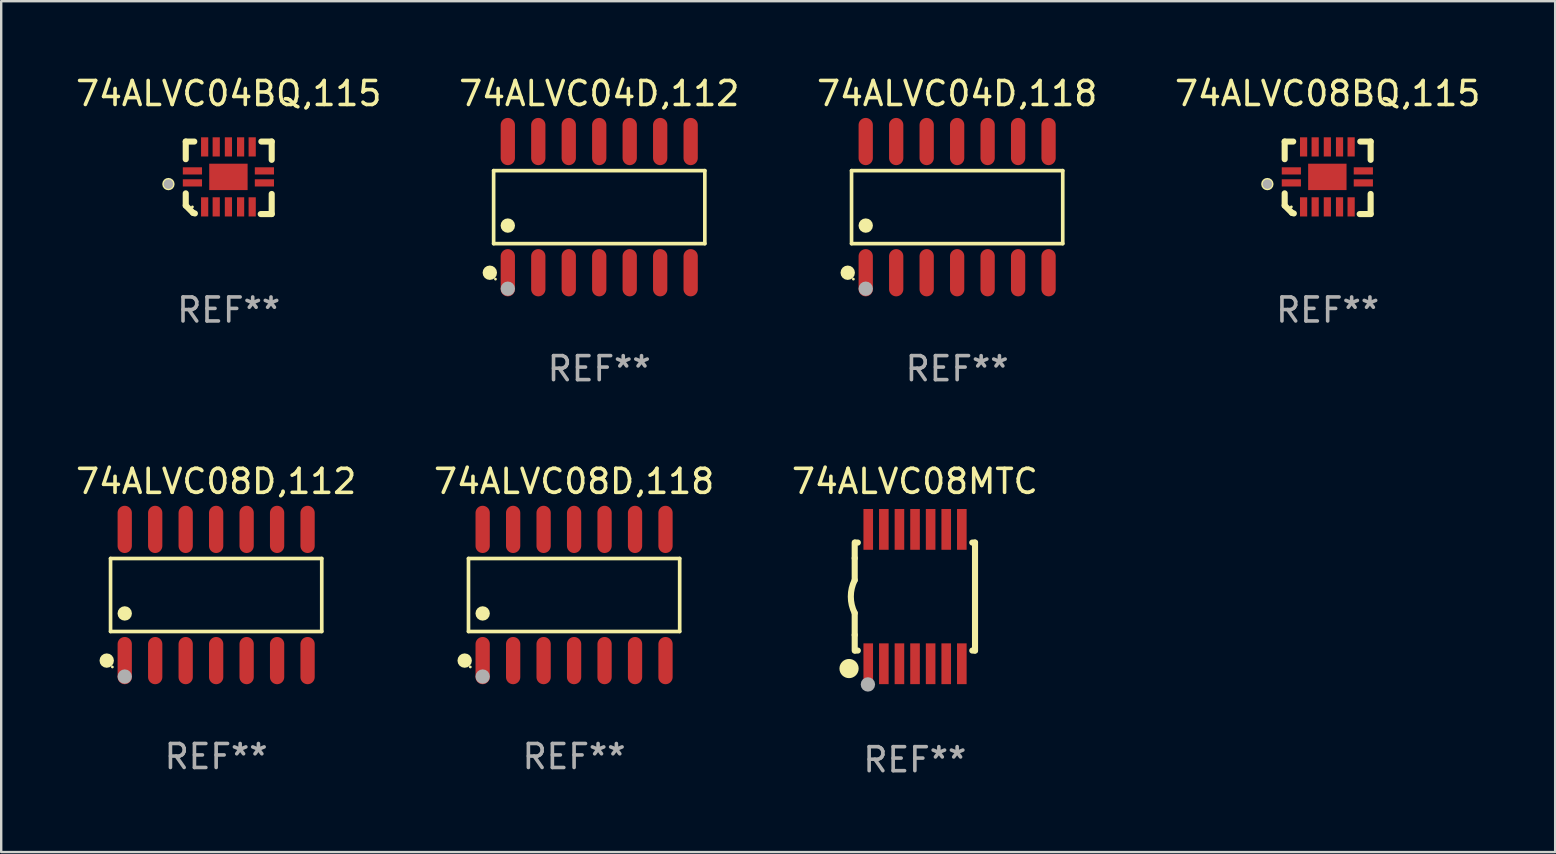
<source format=kicad_pcb>
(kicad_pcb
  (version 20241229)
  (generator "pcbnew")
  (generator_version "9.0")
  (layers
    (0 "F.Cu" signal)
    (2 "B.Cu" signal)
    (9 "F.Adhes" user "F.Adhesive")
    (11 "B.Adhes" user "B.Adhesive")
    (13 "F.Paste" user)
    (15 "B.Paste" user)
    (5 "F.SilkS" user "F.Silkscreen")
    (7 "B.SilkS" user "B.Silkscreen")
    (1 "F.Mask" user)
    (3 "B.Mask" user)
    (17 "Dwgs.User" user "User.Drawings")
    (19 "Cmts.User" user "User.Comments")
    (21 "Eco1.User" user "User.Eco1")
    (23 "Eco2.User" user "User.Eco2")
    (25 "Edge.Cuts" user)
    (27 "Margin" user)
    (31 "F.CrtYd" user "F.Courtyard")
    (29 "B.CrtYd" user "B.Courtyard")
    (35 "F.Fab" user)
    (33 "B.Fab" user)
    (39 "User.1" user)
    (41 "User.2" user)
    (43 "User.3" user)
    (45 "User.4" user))
  (footprint "74ALVC04BQ,115"
    (layer "F.Cu")
    (at 6.482 4.36)
    (property "Reference" "74ALVC04BQ,115" (at 0 -3.511 0) (layer "F.SilkS") (effects (font (size 1 1) (thickness 0.15))))
    (attr through_hole)
    (fp_line (start -1.791 -1.511) (end -1.435 -1.511) (stroke (width 0.254) (type solid)) (layer "F.SilkS"))
    (fp_line (start -1.791 -0.775) (end -1.791 -1.511) (stroke (width 0.254) (type solid)) (layer "F.SilkS"))
    (fp_line (start -1.791 1.156) (end -1.791 0.648) (stroke (width 0.254) (type solid)) (layer "F.SilkS"))
    (fp_line (start -1.486 1.461) (end -1.791 1.156) (stroke (width 0.254) (type solid)) (layer "F.SilkS"))
    (fp_line (start -1.41 1.486) (end -1.486 1.461) (stroke (width 0.254) (type solid)) (layer "F.SilkS"))
    (fp_line (start 1.334 1.511) (end 1.791 1.511) (stroke (width 0.254) (type solid)) (layer "F.SilkS"))
    (fp_line (start 1.791 -1.511) (end 1.359 -1.511) (stroke (width 0.254) (type solid)) (layer "F.SilkS"))
    (fp_line (start 1.791 -0.749) (end 1.791 -1.511) (stroke (width 0.254) (type solid)) (layer "F.SilkS"))
    (fp_line (start 1.791 1.511) (end 1.791 0.673) (stroke (width 0.254) (type solid)) (layer "F.SilkS"))
    (fp_circle (center -2.513 0.262) (end -2.383 0.262) (stroke (width 0.254) (type solid)) (fill no) (layer "F.SilkS"))
    (fp_circle (center -1.513 1.212) (end -1.483 1.212) (stroke (width 0.06) (type solid)) (fill no) (layer "F.SilkS"))
    (fp_circle (center -2.513 0.262) (end -2.413 0.262) (stroke (width 0.2) (type solid)) (fill no) (layer "F.Fab"))
    (fp_text user "REF**" (at 0 5.511 0) (layer "F.Fab") (effects (font (size 1 1) (thickness 0.15))))
    (pad "1" smd rect (at -1.513 0.212) (size 0.8 0.3) (layers "F.Cu" "F.Mask" "F.Paste"))
    (pad "2" smd rect (at -1.003 1.212) (size 0.3 0.8) (layers "F.Cu" "F.Mask" "F.Paste"))
    (pad "3" smd rect (at -0.521 1.212) (size 0.3 0.8) (layers "F.Cu" "F.Mask" "F.Paste"))
    (pad "4" smd rect (at -0.013 1.212) (size 0.3 0.8) (layers "F.Cu" "F.Mask" "F.Paste"))
    (pad "5" smd rect (at 0.495 1.212) (size 0.3 0.8) (layers "F.Cu" "F.Mask" "F.Paste"))
    (pad "6" smd rect (at 0.978 1.212) (size 0.3 0.8) (layers "F.Cu" "F.Mask" "F.Paste"))
    (pad "7" smd rect (at 1.487 0.212) (size 0.8 0.3) (layers "F.Cu" "F.Mask" "F.Paste"))
    (pad "8" smd rect (at 1.487 -0.288) (size 0.8 0.3) (layers "F.Cu" "F.Mask" "F.Paste"))
    (pad "9" smd rect (at 0.978 -1.288) (size 0.3 0.8) (layers "F.Cu" "F.Mask" "F.Paste"))
    (pad "10" smd rect (at 0.495 -1.288) (size 0.3 0.8) (layers "F.Cu" "F.Mask" "F.Paste"))
    (pad "11" smd rect (at -0.013 -1.288) (size 0.3 0.8) (layers "F.Cu" "F.Mask" "F.Paste"))
    (pad "12" smd rect (at -0.521 -1.288) (size 0.3 0.8) (layers "F.Cu" "F.Mask" "F.Paste"))
    (pad "13" smd rect (at -1.003 -1.288) (size 0.3 0.8) (layers "F.Cu" "F.Mask" "F.Paste"))
    (pad "14" smd rect (at -1.513 -0.288) (size 0.8 0.3) (layers "F.Cu" "F.Mask" "F.Paste"))
    (pad "15" smd rect (at -0.013 -0.038 90) (size 1.1 1.6) (layers "F.Cu" "F.Mask" "F.Paste")))
  (footprint "74ALVC08MTC"
    (layer "F.Cu")
    (at 35.077 21.812)
    (property "Reference" "74ALVC08MTC" (at 0 -4.8 0) (layer "F.SilkS") (effects (font (size 1 1) (thickness 0.15))))
    (attr through_hole)
    (fp_line (start -2.507 -1.6) (end -2.507 -2.25) (stroke (width 0.254) (type solid)) (layer "F.SilkS"))
    (fp_line (start -2.507 -0.686) (end -2.507 -1.6) (stroke (width 0.254) (type solid)) (layer "F.SilkS"))
    (fp_line (start -2.507 1.6) (end -2.507 0.686) (stroke (width 0.254) (type solid)) (layer "F.SilkS"))
    (fp_line (start -2.507 1.6) (end -2.507 2.25) (stroke (width 0.254) (type solid)) (layer "F.SilkS"))
    (fp_line (start -2.493 -2.25) (end -2.377 -2.25) (stroke (width 0.254) (type solid)) (layer "F.SilkS"))
    (fp_line (start -2.377 2.25) (end -2.493 2.25) (stroke (width 0.254) (type solid)) (layer "F.SilkS"))
    (fp_line (start 2.392 -2.25) (end 2.507 -2.25) (stroke (width 0.254) (type solid)) (layer "F.SilkS"))
    (fp_line (start 2.507 -2.25) (end 2.507 2.25) (stroke (width 0.254) (type solid)) (layer "F.SilkS"))
    (fp_line (start 2.507 2.25) (end 2.392 2.25) (stroke (width 0.254) (type solid)) (layer "F.SilkS"))
    (fp_arc (start -2.507303 0.685802) (mid -2.669199 0) (end -2.507303 -0.685801) (stroke (width 0.254001) (type solid)) (layer "F.SilkS"))
    (fp_circle (center -2.743 3) (end -2.543 3) (stroke (width 0.4) (type solid)) (fill no) (layer "F.SilkS"))
    (fp_circle (center -2.493 3.2) (end -2.463 3.2) (stroke (width 0.06) (type solid)) (fill no) (layer "F.SilkS"))
    (fp_circle (center -1.957 3.662) (end -1.807 3.662) (stroke (width 0.3) (type solid)) (fill no) (layer "F.Fab"))
    (fp_text user "REF**" (at 0 6.8 0) (layer "F.Fab") (effects (font (size 1 1) (thickness 0.15))))
    (pad "1" smd rect (at -1.943 2.8) (size 0.4 1.7) (layers "F.Cu" "F.Mask" "F.Paste"))
    (pad "2" smd rect (at -1.293 2.8) (size 0.4 1.7) (layers "F.Cu" "F.Mask" "F.Paste"))
    (pad "3" smd rect (at -0.643 2.8) (size 0.4 1.7) (layers "F.Cu" "F.Mask" "F.Paste"))
    (pad "4" smd rect (at 0.007 2.8) (size 0.4 1.7) (layers "F.Cu" "F.Mask" "F.Paste"))
    (pad "5" smd rect (at 0.657 2.8) (size 0.4 1.7) (layers "F.Cu" "F.Mask" "F.Paste"))
    (pad "6" smd rect (at 1.307 2.8) (size 0.4 1.7) (layers "F.Cu" "F.Mask" "F.Paste"))
    (pad "7" smd rect (at 1.957 2.8) (size 0.4 1.7) (layers "F.Cu" "F.Mask" "F.Paste"))
    (pad "8" smd rect (at 1.957 -2.8) (size 0.4 1.7) (layers "F.Cu" "F.Mask" "F.Paste"))
    (pad "9" smd rect (at 1.307 -2.8) (size 0.4 1.7) (layers "F.Cu" "F.Mask" "F.Paste"))
    (pad "10" smd rect (at 0.657 -2.8) (size 0.4 1.7) (layers "F.Cu" "F.Mask" "F.Paste"))
    (pad "11" smd rect (at 0.007 -2.8) (size 0.4 1.7) (layers "F.Cu" "F.Mask" "F.Paste"))
    (pad "12" smd rect (at -0.643 -2.8) (size 0.4 1.7) (layers "F.Cu" "F.Mask" "F.Paste"))
    (pad "13" smd rect (at -1.293 -2.8) (size 0.4 1.7) (layers "F.Cu" "F.Mask" "F.Paste"))
    (pad "14" smd rect (at -1.943 -2.8) (size 0.4 1.7) (layers "F.Cu" "F.Mask" "F.Paste")))
  (footprint "74ALVC04D,118"
    (layer "F.Cu")
    (at 36.839 5.582)
    (property "Reference" "74ALVC04D,118" (at 0 -4.734 0) (layer "F.SilkS") (effects (font (size 1 1) (thickness 0.15))))
    (attr through_hole)
    (fp_line (start -4.401 -1.521) (end 4.401 -1.521) (stroke (width 0.152) (type solid)) (layer "F.SilkS"))
    (fp_line (start -4.401 1.521) (end -4.401 -1.521) (stroke (width 0.152) (type solid)) (layer "F.SilkS"))
    (fp_line (start 4.401 -1.521) (end 4.401 1.521) (stroke (width 0.152) (type solid)) (layer "F.SilkS"))
    (fp_line (start 4.401 1.521) (end -4.401 1.521) (stroke (width 0.152) (type solid)) (layer "F.SilkS"))
    (fp_circle (center -4.56 2.734) (end -4.41 2.734) (stroke (width 0.3) (type solid)) (fill no) (layer "F.SilkS"))
    (fp_circle (center -4.325 3) (end -4.295 3) (stroke (width 0.06) (type solid)) (fill no) (layer "F.SilkS"))
    (fp_circle (center -3.81 0.769) (end -3.66 0.769) (stroke (width 0.3) (type solid)) (fill no) (layer "F.SilkS"))
    (fp_circle (center -3.81 3.4) (end -3.66 3.4) (stroke (width 0.3) (type solid)) (fill no) (layer "F.Fab"))
    (fp_text user "REF**" (at 0 6.734 0) (layer "F.Fab") (effects (font (size 1 1) (thickness 0.15))))
    (pad "1" smd oval (at -3.81 2.734) (size 0.595 1.968) (layers "F.Cu" "F.Mask" "F.Paste"))
    (pad "2" smd oval (at -2.54 2.734) (size 0.595 1.968) (layers "F.Cu" "F.Mask" "F.Paste"))
    (pad "3" smd oval (at -1.27 2.734) (size 0.595 1.968) (layers "F.Cu" "F.Mask" "F.Paste"))
    (pad "4" smd oval (at 0 2.734) (size 0.595 1.968) (layers "F.Cu" "F.Mask" "F.Paste"))
    (pad "5" smd oval (at 1.27 2.734) (size 0.595 1.968) (layers "F.Cu" "F.Mask" "F.Paste"))
    (pad "6" smd oval (at 2.54 2.734) (size 0.595 1.968) (layers "F.Cu" "F.Mask" "F.Paste"))
    (pad "7" smd oval (at 3.81 2.734) (size 0.595 1.968) (layers "F.Cu" "F.Mask" "F.Paste"))
    (pad "8" smd oval (at 3.81 -2.734) (size 0.595 1.968) (layers "F.Cu" "F.Mask" "F.Paste"))
    (pad "9" smd oval (at 2.54 -2.734) (size 0.595 1.968) (layers "F.Cu" "F.Mask" "F.Paste"))
    (pad "10" smd oval (at 1.27 -2.734) (size 0.595 1.968) (layers "F.Cu" "F.Mask" "F.Paste"))
    (pad "11" smd oval (at 0 -2.734) (size 0.595 1.968) (layers "F.Cu" "F.Mask" "F.Paste"))
    (pad "12" smd oval (at -1.27 -2.734) (size 0.595 1.968) (layers "F.Cu" "F.Mask" "F.Paste"))
    (pad "13" smd oval (at -2.54 -2.734) (size 0.595 1.968) (layers "F.Cu" "F.Mask" "F.Paste"))
    (pad "14" smd oval (at -3.81 -2.734) (size 0.595 1.968) (layers "F.Cu" "F.Mask" "F.Paste")))
  (footprint "74ALVC04D,112"
    (layer "F.Cu")
    (at 21.923 5.582)
    (property "Reference" "74ALVC04D,112" (at 0 -4.734 0) (layer "F.SilkS") (effects (font (size 1 1) (thickness 0.15))))
    (attr through_hole)
    (fp_line (start -4.401 -1.521) (end 4.401 -1.521) (stroke (width 0.152) (type solid)) (layer "F.SilkS"))
    (fp_line (start -4.401 1.521) (end -4.401 -1.521) (stroke (width 0.152) (type solid)) (layer "F.SilkS"))
    (fp_line (start 4.401 -1.521) (end 4.401 1.521) (stroke (width 0.152) (type solid)) (layer "F.SilkS"))
    (fp_line (start 4.401 1.521) (end -4.401 1.521) (stroke (width 0.152) (type solid)) (layer "F.SilkS"))
    (fp_circle (center -4.56 2.734) (end -4.41 2.734) (stroke (width 0.3) (type solid)) (fill no) (layer "F.SilkS"))
    (fp_circle (center -4.325 3) (end -4.295 3) (stroke (width 0.06) (type solid)) (fill no) (layer "F.SilkS"))
    (fp_circle (center -3.81 0.769) (end -3.66 0.769) (stroke (width 0.3) (type solid)) (fill no) (layer "F.SilkS"))
    (fp_circle (center -3.81 3.4) (end -3.66 3.4) (stroke (width 0.3) (type solid)) (fill no) (layer "F.Fab"))
    (fp_text user "REF**" (at 0 6.734 0) (layer "F.Fab") (effects (font (size 1 1) (thickness 0.15))))
    (pad "1" smd oval (at -3.81 2.734) (size 0.595 1.968) (layers "F.Cu" "F.Mask" "F.Paste"))
    (pad "2" smd oval (at -2.54 2.734) (size 0.595 1.968) (layers "F.Cu" "F.Mask" "F.Paste"))
    (pad "3" smd oval (at -1.27 2.734) (size 0.595 1.968) (layers "F.Cu" "F.Mask" "F.Paste"))
    (pad "4" smd oval (at 0 2.734) (size 0.595 1.968) (layers "F.Cu" "F.Mask" "F.Paste"))
    (pad "5" smd oval (at 1.27 2.734) (size 0.595 1.968) (layers "F.Cu" "F.Mask" "F.Paste"))
    (pad "6" smd oval (at 2.54 2.734) (size 0.595 1.968) (layers "F.Cu" "F.Mask" "F.Paste"))
    (pad "7" smd oval (at 3.81 2.734) (size 0.595 1.968) (layers "F.Cu" "F.Mask" "F.Paste"))
    (pad "8" smd oval (at 3.81 -2.734) (size 0.595 1.968) (layers "F.Cu" "F.Mask" "F.Paste"))
    (pad "9" smd oval (at 2.54 -2.734) (size 0.595 1.968) (layers "F.Cu" "F.Mask" "F.Paste"))
    (pad "10" smd oval (at 1.27 -2.734) (size 0.595 1.968) (layers "F.Cu" "F.Mask" "F.Paste"))
    (pad "11" smd oval (at 0 -2.734) (size 0.595 1.968) (layers "F.Cu" "F.Mask" "F.Paste"))
    (pad "12" smd oval (at -1.27 -2.734) (size 0.595 1.968) (layers "F.Cu" "F.Mask" "F.Paste"))
    (pad "13" smd oval (at -2.54 -2.734) (size 0.595 1.968) (layers "F.Cu" "F.Mask" "F.Paste"))
    (pad "14" smd oval (at -3.81 -2.734) (size 0.595 1.968) (layers "F.Cu" "F.Mask" "F.Paste")))
  (footprint "74ALVC08BQ,115"
    (layer "F.Cu")
    (at 52.28 4.36)
    (property "Reference" "74ALVC08BQ,115" (at 0 -3.511 0) (layer "F.SilkS") (effects (font (size 1 1) (thickness 0.15))))
    (attr through_hole)
    (fp_line (start -1.791 -1.511) (end -1.435 -1.511) (stroke (width 0.254) (type solid)) (layer "F.SilkS"))
    (fp_line (start -1.791 -0.775) (end -1.791 -1.511) (stroke (width 0.254) (type solid)) (layer "F.SilkS"))
    (fp_line (start -1.791 1.156) (end -1.791 0.648) (stroke (width 0.254) (type solid)) (layer "F.SilkS"))
    (fp_line (start -1.486 1.461) (end -1.791 1.156) (stroke (width 0.254) (type solid)) (layer "F.SilkS"))
    (fp_line (start -1.41 1.486) (end -1.486 1.461) (stroke (width 0.254) (type solid)) (layer "F.SilkS"))
    (fp_line (start 1.334 1.511) (end 1.791 1.511) (stroke (width 0.254) (type solid)) (layer "F.SilkS"))
    (fp_line (start 1.791 -1.511) (end 1.359 -1.511) (stroke (width 0.254) (type solid)) (layer "F.SilkS"))
    (fp_line (start 1.791 -0.749) (end 1.791 -1.511) (stroke (width 0.254) (type solid)) (layer "F.SilkS"))
    (fp_line (start 1.791 1.511) (end 1.791 0.673) (stroke (width 0.254) (type solid)) (layer "F.SilkS"))
    (fp_circle (center -2.513 0.262) (end -2.383 0.262) (stroke (width 0.254) (type solid)) (fill no) (layer "F.SilkS"))
    (fp_circle (center -1.513 1.212) (end -1.483 1.212) (stroke (width 0.06) (type solid)) (fill no) (layer "F.SilkS"))
    (fp_circle (center -2.513 0.262) (end -2.413 0.262) (stroke (width 0.2) (type solid)) (fill no) (layer "F.Fab"))
    (fp_text user "REF**" (at 0 5.511 0) (layer "F.Fab") (effects (font (size 1 1) (thickness 0.15))))
    (pad "1" smd rect (at -1.513 0.212) (size 0.8 0.3) (layers "F.Cu" "F.Mask" "F.Paste"))
    (pad "2" smd rect (at -1.003 1.212) (size 0.3 0.8) (layers "F.Cu" "F.Mask" "F.Paste"))
    (pad "3" smd rect (at -0.521 1.212) (size 0.3 0.8) (layers "F.Cu" "F.Mask" "F.Paste"))
    (pad "4" smd rect (at -0.013 1.212) (size 0.3 0.8) (layers "F.Cu" "F.Mask" "F.Paste"))
    (pad "5" smd rect (at 0.495 1.212) (size 0.3 0.8) (layers "F.Cu" "F.Mask" "F.Paste"))
    (pad "6" smd rect (at 0.978 1.212) (size 0.3 0.8) (layers "F.Cu" "F.Mask" "F.Paste"))
    (pad "7" smd rect (at 1.487 0.212) (size 0.8 0.3) (layers "F.Cu" "F.Mask" "F.Paste"))
    (pad "8" smd rect (at 1.487 -0.288) (size 0.8 0.3) (layers "F.Cu" "F.Mask" "F.Paste"))
    (pad "9" smd rect (at 0.978 -1.288) (size 0.3 0.8) (layers "F.Cu" "F.Mask" "F.Paste"))
    (pad "10" smd rect (at 0.495 -1.288) (size 0.3 0.8) (layers "F.Cu" "F.Mask" "F.Paste"))
    (pad "11" smd rect (at -0.013 -1.288) (size 0.3 0.8) (layers "F.Cu" "F.Mask" "F.Paste"))
    (pad "12" smd rect (at -0.521 -1.288) (size 0.3 0.8) (layers "F.Cu" "F.Mask" "F.Paste"))
    (pad "13" smd rect (at -1.003 -1.288) (size 0.3 0.8) (layers "F.Cu" "F.Mask" "F.Paste"))
    (pad "14" smd rect (at -1.513 -0.288) (size 0.8 0.3) (layers "F.Cu" "F.Mask" "F.Paste"))
    (pad "15" smd rect (at -0.013 -0.038 90) (size 1.1 1.6) (layers "F.Cu" "F.Mask" "F.Paste")))
  (footprint "74ALVC08D,112"
    (layer "F.Cu")
    (at 5.958 21.746)
    (property "Reference" "74ALVC08D,112" (at 0 -4.734 0) (layer "F.SilkS") (effects (font (size 1 1) (thickness 0.15))))
    (attr through_hole)
    (fp_line (start -4.401 -1.521) (end 4.401 -1.521) (stroke (width 0.152) (type solid)) (layer "F.SilkS"))
    (fp_line (start -4.401 1.521) (end -4.401 -1.521) (stroke (width 0.152) (type solid)) (layer "F.SilkS"))
    (fp_line (start 4.401 -1.521) (end 4.401 1.521) (stroke (width 0.152) (type solid)) (layer "F.SilkS"))
    (fp_line (start 4.401 1.521) (end -4.401 1.521) (stroke (width 0.152) (type solid)) (layer "F.SilkS"))
    (fp_circle (center -4.56 2.734) (end -4.41 2.734) (stroke (width 0.3) (type solid)) (fill no) (layer "F.SilkS"))
    (fp_circle (center -4.325 3) (end -4.295 3) (stroke (width 0.06) (type solid)) (fill no) (layer "F.SilkS"))
    (fp_circle (center -3.81 0.769) (end -3.66 0.769) (stroke (width 0.3) (type solid)) (fill no) (layer "F.SilkS"))
    (fp_circle (center -3.81 3.4) (end -3.66 3.4) (stroke (width 0.3) (type solid)) (fill no) (layer "F.Fab"))
    (fp_text user "REF**" (at 0 6.734 0) (layer "F.Fab") (effects (font (size 1 1) (thickness 0.15))))
    (pad "1" smd oval (at -3.81 2.734) (size 0.595 1.968) (layers "F.Cu" "F.Mask" "F.Paste"))
    (pad "2" smd oval (at -2.54 2.734) (size 0.595 1.968) (layers "F.Cu" "F.Mask" "F.Paste"))
    (pad "3" smd oval (at -1.27 2.734) (size 0.595 1.968) (layers "F.Cu" "F.Mask" "F.Paste"))
    (pad "4" smd oval (at 0 2.734) (size 0.595 1.968) (layers "F.Cu" "F.Mask" "F.Paste"))
    (pad "5" smd oval (at 1.27 2.734) (size 0.595 1.968) (layers "F.Cu" "F.Mask" "F.Paste"))
    (pad "6" smd oval (at 2.54 2.734) (size 0.595 1.968) (layers "F.Cu" "F.Mask" "F.Paste"))
    (pad "7" smd oval (at 3.81 2.734) (size 0.595 1.968) (layers "F.Cu" "F.Mask" "F.Paste"))
    (pad "8" smd oval (at 3.81 -2.734) (size 0.595 1.968) (layers "F.Cu" "F.Mask" "F.Paste"))
    (pad "9" smd oval (at 2.54 -2.734) (size 0.595 1.968) (layers "F.Cu" "F.Mask" "F.Paste"))
    (pad "10" smd oval (at 1.27 -2.734) (size 0.595 1.968) (layers "F.Cu" "F.Mask" "F.Paste"))
    (pad "11" smd oval (at 0 -2.734) (size 0.595 1.968) (layers "F.Cu" "F.Mask" "F.Paste"))
    (pad "12" smd oval (at -1.27 -2.734) (size 0.595 1.968) (layers "F.Cu" "F.Mask" "F.Paste"))
    (pad "13" smd oval (at -2.54 -2.734) (size 0.595 1.968) (layers "F.Cu" "F.Mask" "F.Paste"))
    (pad "14" smd oval (at -3.81 -2.734) (size 0.595 1.968) (layers "F.Cu" "F.Mask" "F.Paste")))
  (footprint "74ALVC08D,118"
    (layer "F.Cu")
    (at 20.875 21.746)
    (property "Reference" "74ALVC08D,118" (at 0 -4.734 0) (layer "F.SilkS") (effects (font (size 1 1) (thickness 0.15))))
    (attr through_hole)
    (fp_line (start -4.401 -1.521) (end 4.401 -1.521) (stroke (width 0.152) (type solid)) (layer "F.SilkS"))
    (fp_line (start -4.401 1.521) (end -4.401 -1.521) (stroke (width 0.152) (type solid)) (layer "F.SilkS"))
    (fp_line (start 4.401 -1.521) (end 4.401 1.521) (stroke (width 0.152) (type solid)) (layer "F.SilkS"))
    (fp_line (start 4.401 1.521) (end -4.401 1.521) (stroke (width 0.152) (type solid)) (layer "F.SilkS"))
    (fp_circle (center -4.56 2.734) (end -4.41 2.734) (stroke (width 0.3) (type solid)) (fill no) (layer "F.SilkS"))
    (fp_circle (center -4.325 3) (end -4.295 3) (stroke (width 0.06) (type solid)) (fill no) (layer "F.SilkS"))
    (fp_circle (center -3.81 0.769) (end -3.66 0.769) (stroke (width 0.3) (type solid)) (fill no) (layer "F.SilkS"))
    (fp_circle (center -3.81 3.4) (end -3.66 3.4) (stroke (width 0.3) (type solid)) (fill no) (layer "F.Fab"))
    (fp_text user "REF**" (at 0 6.734 0) (layer "F.Fab") (effects (font (size 1 1) (thickness 0.15))))
    (pad "1" smd oval (at -3.81 2.734) (size 0.595 1.968) (layers "F.Cu" "F.Mask" "F.Paste"))
    (pad "2" smd oval (at -2.54 2.734) (size 0.595 1.968) (layers "F.Cu" "F.Mask" "F.Paste"))
    (pad "3" smd oval (at -1.27 2.734) (size 0.595 1.968) (layers "F.Cu" "F.Mask" "F.Paste"))
    (pad "4" smd oval (at 0 2.734) (size 0.595 1.968) (layers "F.Cu" "F.Mask" "F.Paste"))
    (pad "5" smd oval (at 1.27 2.734) (size 0.595 1.968) (layers "F.Cu" "F.Mask" "F.Paste"))
    (pad "6" smd oval (at 2.54 2.734) (size 0.595 1.968) (layers "F.Cu" "F.Mask" "F.Paste"))
    (pad "7" smd oval (at 3.81 2.734) (size 0.595 1.968) (layers "F.Cu" "F.Mask" "F.Paste"))
    (pad "8" smd oval (at 3.81 -2.734) (size 0.595 1.968) (layers "F.Cu" "F.Mask" "F.Paste"))
    (pad "9" smd oval (at 2.54 -2.734) (size 0.595 1.968) (layers "F.Cu" "F.Mask" "F.Paste"))
    (pad "10" smd oval (at 1.27 -2.734) (size 0.595 1.968) (layers "F.Cu" "F.Mask" "F.Paste"))
    (pad "11" smd oval (at 0 -2.734) (size 0.595 1.968) (layers "F.Cu" "F.Mask" "F.Paste"))
    (pad "12" smd oval (at -1.27 -2.734) (size 0.595 1.968) (layers "F.Cu" "F.Mask" "F.Paste"))
    (pad "13" smd oval (at -2.54 -2.734) (size 0.595 1.968) (layers "F.Cu" "F.Mask" "F.Paste"))
    (pad "14" smd oval (at -3.81 -2.734) (size 0.595 1.968) (layers "F.Cu" "F.Mask" "F.Paste")))
  (gr_rect
    (start -3 -3)
    (end 61.762 32.461)
    (stroke (width 0.1) (type default))
    (fill no)
    (layer "Edge.Cuts")))
</source>
